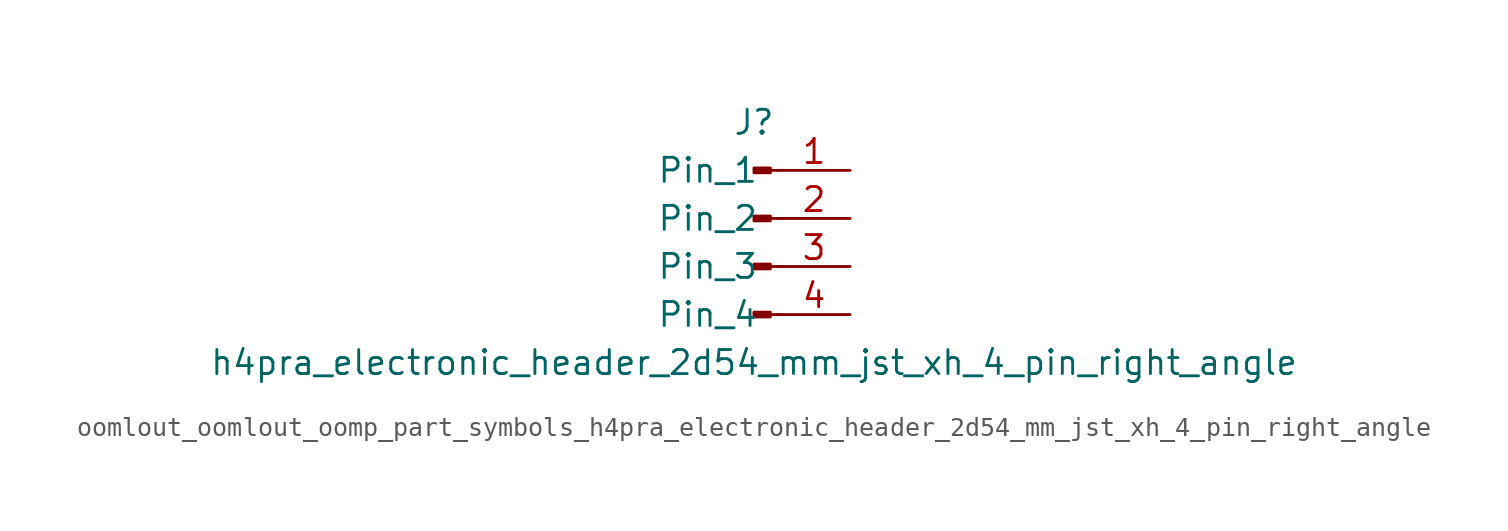
<source format=kicad_sym>
(kicad_symbol_lib
  (version 20220914)
  (generator kicad_symbol_editor)
  (symbol "oomlout_oomlout_oomp_part_symbols_h4pra_electronic_header_2d54_mm_jst_xh_4_pin_right_angle"
    (pin_names
      (offset 1.016))
    (property "Reference" "J"
      (at 0 5.08 0)
      (effects (font (size 1.27 1.27))))
    (property "Value" "h4pra_electronic_header_2d54_mm_jst_xh_4_pin_right_angle"
      (at 0 -7.62 0)
      (effects (font (size 1.27 1.27))))
    (property "ki_locked" ""
      (at 0 0 0)
      (effects (font (size 1.27 1.27))))
    (symbol "oomlout_oomlout_oomp_part_symbols_h4pra_electronic_header_2d54_mm_jst_xh_4_pin_right_angle_1_1"
      (polyline (pts (xy 1.27 -5.08) (xy 0.864 -5.08)) (stroke (width 0.152) (type default)) (fill (type none)))
      (polyline (pts (xy 1.27 -2.54) (xy 0.864 -2.54)) (stroke (width 0.152) (type default)) (fill (type none)))
      (polyline (pts (xy 1.27 0) (xy 0.864 0)) (stroke (width 0.152) (type default)) (fill (type none)))
      (polyline (pts (xy 1.27 2.54) (xy 0.864 2.54)) (stroke (width 0.152) (type default)) (fill (type none)))
      (rectangle (start 0.864 -4.953) (end 0 -5.207) (stroke (width 0.152) (type default)) (fill (type outline)))
      (rectangle (start 0.864 -2.413) (end 0 -2.667) (stroke (width 0.152) (type default)) (fill (type outline)))
      (rectangle (start 0.864 0.127) (end 0 -0.127) (stroke (width 0.152) (type default)) (fill (type outline)))
      (rectangle (start 0.864 2.667) (end 0 2.413) (stroke (width 0.152) (type default)) (fill (type outline)))
      (pin passive line (at 5.08 2.54 180) (length 3.81) (name "Pin_1" (effects (font (size 1.27 1.27)))) (number "1" (effects (font (size 1.27 1.27)))))
      (pin passive line (at 5.08 0 180) (length 3.81) (name "Pin_2" (effects (font (size 1.27 1.27)))) (number "2" (effects (font (size 1.27 1.27)))))
      (pin passive line (at 5.08 -2.54 180) (length 3.81) (name "Pin_3" (effects (font (size 1.27 1.27)))) (number "3" (effects (font (size 1.27 1.27)))))
      (pin passive line (at 5.08 -5.08 180) (length 3.81) (name "Pin_4" (effects (font (size 1.27 1.27)))) (number "4" (effects (font (size 1.27 1.27))))))))
</source>
